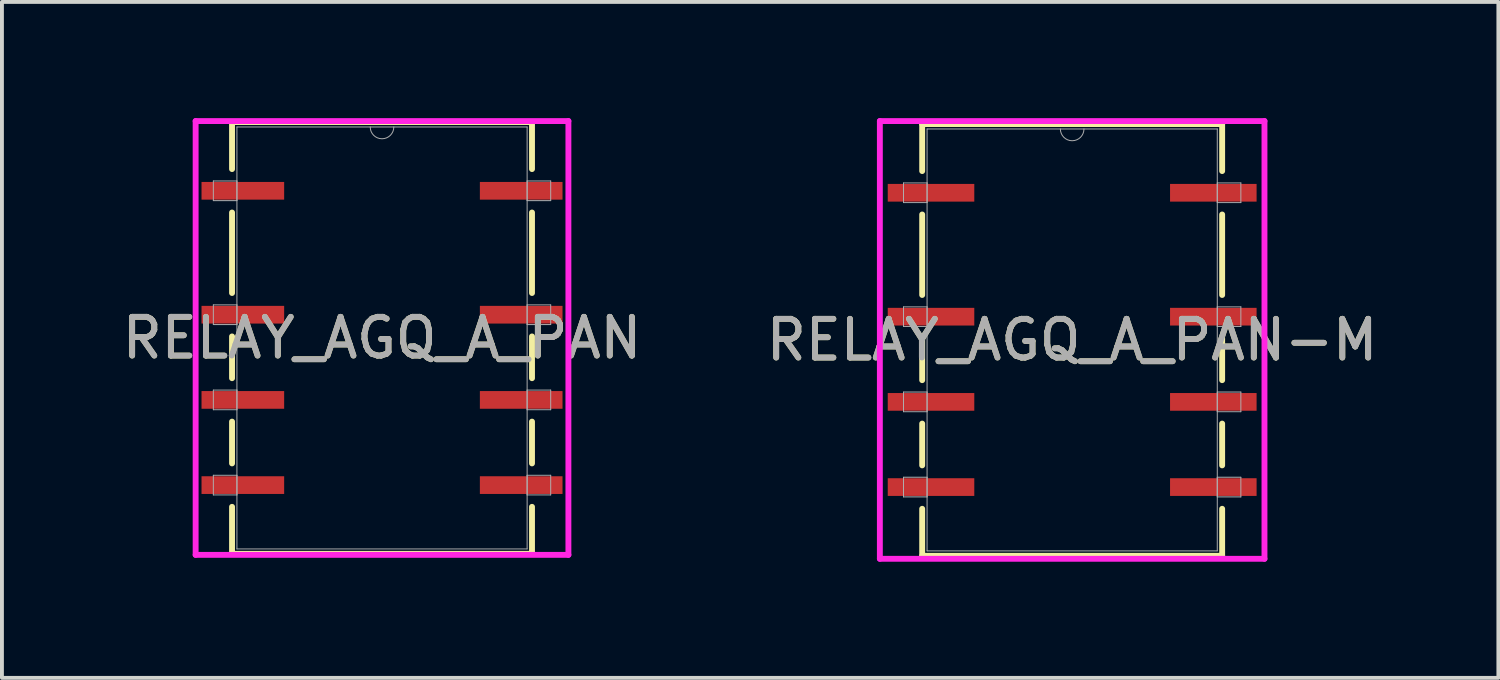
<source format=kicad_pcb>
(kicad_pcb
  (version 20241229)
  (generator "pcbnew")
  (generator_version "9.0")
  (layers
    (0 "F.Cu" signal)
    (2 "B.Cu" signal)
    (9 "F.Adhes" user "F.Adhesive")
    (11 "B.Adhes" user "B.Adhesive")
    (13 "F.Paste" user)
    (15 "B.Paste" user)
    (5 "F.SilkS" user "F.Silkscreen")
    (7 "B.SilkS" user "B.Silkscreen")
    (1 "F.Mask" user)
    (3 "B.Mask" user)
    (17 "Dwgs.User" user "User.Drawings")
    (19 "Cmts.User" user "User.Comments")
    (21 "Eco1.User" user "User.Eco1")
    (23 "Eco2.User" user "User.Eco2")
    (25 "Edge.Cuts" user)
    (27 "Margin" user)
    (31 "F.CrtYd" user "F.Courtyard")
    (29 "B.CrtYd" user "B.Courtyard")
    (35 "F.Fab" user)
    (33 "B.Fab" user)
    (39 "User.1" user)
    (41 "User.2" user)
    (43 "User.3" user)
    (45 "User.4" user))
  (footprint "RELAY_AGQ_A_PAN"
    (layer "F.Cu")
    (at 6.815 5.677)
    (property "Reference" "RELAY_AGQ_A_PAN" (at 0 0 0) (unlocked yes) (layer "F.SilkS") (effects (font (size 1 1) (thickness 0.15))))
    (attr smd)
    (fp_line (start -3.873 -5.575) (end -3.873 -4.361) (stroke (width 0.152) (type solid)) (layer "F.SilkS"))
    (fp_line (start -3.873 -3.239) (end -3.873 -1.161) (stroke (width 0.152) (type solid)) (layer "F.SilkS"))
    (fp_line (start -3.873 -0.039) (end -3.873 1.039) (stroke (width 0.152) (type solid)) (layer "F.SilkS"))
    (fp_line (start -3.873 2.161) (end -3.873 3.239) (stroke (width 0.152) (type solid)) (layer "F.SilkS"))
    (fp_line (start -3.873 4.361) (end -3.873 5.575) (stroke (width 0.152) (type solid)) (layer "F.SilkS"))
    (fp_line (start -3.873 5.575) (end 3.873 5.575) (stroke (width 0.152) (type solid)) (layer "F.SilkS"))
    (fp_line (start 3.873 -5.575) (end -3.873 -5.575) (stroke (width 0.152) (type solid)) (layer "F.SilkS"))
    (fp_line (start 3.873 -4.361) (end 3.873 -5.575) (stroke (width 0.152) (type solid)) (layer "F.SilkS"))
    (fp_line (start 3.873 -1.161) (end 3.873 -3.239) (stroke (width 0.152) (type solid)) (layer "F.SilkS"))
    (fp_line (start 3.873 1.039) (end 3.873 -0.039) (stroke (width 0.152) (type solid)) (layer "F.SilkS"))
    (fp_line (start 3.873 3.239) (end 3.873 2.161) (stroke (width 0.152) (type solid)) (layer "F.SilkS"))
    (fp_line (start 3.873 5.575) (end 3.873 4.361) (stroke (width 0.152) (type solid)) (layer "F.SilkS"))
    (fp_line (start -4.813 -5.601) (end 4.813 -5.601) (stroke (width 0.152) (type solid)) (layer "F.CrtYd"))
    (fp_line (start -4.813 5.601) (end -4.813 -5.601) (stroke (width 0.152) (type solid)) (layer "F.CrtYd"))
    (fp_line (start 4.813 -5.601) (end 4.813 5.601) (stroke (width 0.152) (type solid)) (layer "F.CrtYd"))
    (fp_line (start 4.813 5.601) (end -4.813 5.601) (stroke (width 0.152) (type solid)) (layer "F.CrtYd"))
    (fp_line (start -4.356 -4.054) (end -4.356 -3.546) (stroke (width 0.025) (type solid)) (layer "F.Fab"))
    (fp_line (start -4.356 -3.546) (end -3.747 -3.546) (stroke (width 0.025) (type solid)) (layer "F.Fab"))
    (fp_line (start -4.356 -0.854) (end -4.356 -0.346) (stroke (width 0.025) (type solid)) (layer "F.Fab"))
    (fp_line (start -4.356 -0.346) (end -3.747 -0.346) (stroke (width 0.025) (type solid)) (layer "F.Fab"))
    (fp_line (start -4.356 1.346) (end -4.356 1.854) (stroke (width 0.025) (type solid)) (layer "F.Fab"))
    (fp_line (start -4.356 1.854) (end -3.747 1.854) (stroke (width 0.025) (type solid)) (layer "F.Fab"))
    (fp_line (start -4.356 3.546) (end -4.356 4.054) (stroke (width 0.025) (type solid)) (layer "F.Fab"))
    (fp_line (start -4.356 4.054) (end -3.747 4.054) (stroke (width 0.025) (type solid)) (layer "F.Fab"))
    (fp_line (start -3.747 -5.448) (end -3.747 5.448) (stroke (width 0.025) (type solid)) (layer "F.Fab"))
    (fp_line (start -3.747 -4.054) (end -4.356 -4.054) (stroke (width 0.025) (type solid)) (layer "F.Fab"))
    (fp_line (start -3.747 -3.546) (end -3.747 -4.054) (stroke (width 0.025) (type solid)) (layer "F.Fab"))
    (fp_line (start -3.747 -0.854) (end -4.356 -0.854) (stroke (width 0.025) (type solid)) (layer "F.Fab"))
    (fp_line (start -3.747 -0.346) (end -3.747 -0.854) (stroke (width 0.025) (type solid)) (layer "F.Fab"))
    (fp_line (start -3.747 1.346) (end -4.356 1.346) (stroke (width 0.025) (type solid)) (layer "F.Fab"))
    (fp_line (start -3.747 1.854) (end -3.747 1.346) (stroke (width 0.025) (type solid)) (layer "F.Fab"))
    (fp_line (start -3.747 3.546) (end -4.356 3.546) (stroke (width 0.025) (type solid)) (layer "F.Fab"))
    (fp_line (start -3.747 4.054) (end -3.747 3.546) (stroke (width 0.025) (type solid)) (layer "F.Fab"))
    (fp_line (start -3.747 5.448) (end 3.747 5.448) (stroke (width 0.025) (type solid)) (layer "F.Fab"))
    (fp_line (start 3.747 -5.448) (end -3.747 -5.448) (stroke (width 0.025) (type solid)) (layer "F.Fab"))
    (fp_line (start 3.747 -4.054) (end 3.747 -3.546) (stroke (width 0.025) (type solid)) (layer "F.Fab"))
    (fp_line (start 3.747 -3.546) (end 4.356 -3.546) (stroke (width 0.025) (type solid)) (layer "F.Fab"))
    (fp_line (start 3.747 -0.854) (end 3.747 -0.346) (stroke (width 0.025) (type solid)) (layer "F.Fab"))
    (fp_line (start 3.747 -0.346) (end 4.356 -0.346) (stroke (width 0.025) (type solid)) (layer "F.Fab"))
    (fp_line (start 3.747 1.346) (end 3.747 1.854) (stroke (width 0.025) (type solid)) (layer "F.Fab"))
    (fp_line (start 3.747 1.854) (end 4.356 1.854) (stroke (width 0.025) (type solid)) (layer "F.Fab"))
    (fp_line (start 3.747 3.546) (end 3.747 4.054) (stroke (width 0.025) (type solid)) (layer "F.Fab"))
    (fp_line (start 3.747 4.054) (end 4.356 4.054) (stroke (width 0.025) (type solid)) (layer "F.Fab"))
    (fp_line (start 3.747 5.448) (end 3.747 -5.448) (stroke (width 0.025) (type solid)) (layer "F.Fab"))
    (fp_line (start 4.356 -4.054) (end 3.747 -4.054) (stroke (width 0.025) (type solid)) (layer "F.Fab"))
    (fp_line (start 4.356 -3.546) (end 4.356 -4.054) (stroke (width 0.025) (type solid)) (layer "F.Fab"))
    (fp_line (start 4.356 -0.854) (end 3.747 -0.854) (stroke (width 0.025) (type solid)) (layer "F.Fab"))
    (fp_line (start 4.356 -0.346) (end 4.356 -0.854) (stroke (width 0.025) (type solid)) (layer "F.Fab"))
    (fp_line (start 4.356 1.346) (end 3.747 1.346) (stroke (width 0.025) (type solid)) (layer "F.Fab"))
    (fp_line (start 4.356 1.854) (end 4.356 1.346) (stroke (width 0.025) (type solid)) (layer "F.Fab"))
    (fp_line (start 4.356 3.546) (end 3.747 3.546) (stroke (width 0.025) (type solid)) (layer "F.Fab"))
    (fp_line (start 4.356 4.054) (end 4.356 3.546) (stroke (width 0.025) (type solid)) (layer "F.Fab"))
    (fp_arc (start 0.3048 -5.4483) (mid 0 -5.1435) (end -0.3048 -5.4483) (stroke (width 0.0254) (type solid)) (layer "F.Fab"))
    (fp_text user "${REFERENCE}" (at 0 0 0) (unlocked yes) (layer "F.Fab") (effects (font (size 1 1) (thickness 0.15))))
    (pad "1" smd rect (at -3.594 -3.8) (size 2.134 0.457) (layers "F.Cu" "F.Mask" "F.Paste"))
    (pad "2" smd rect (at -3.594 -0.6) (size 2.134 0.457) (layers "F.Cu" "F.Mask" "F.Paste"))
    (pad "3" smd rect (at -3.594 1.6) (size 2.134 0.457) (layers "F.Cu" "F.Mask" "F.Paste"))
    (pad "4" smd rect (at -3.594 3.8) (size 2.134 0.457) (layers "F.Cu" "F.Mask" "F.Paste"))
    (pad "5" smd rect (at 3.594 3.8) (size 2.134 0.457) (layers "F.Cu" "F.Mask" "F.Paste"))
    (pad "6" smd rect (at 3.594 1.6) (size 2.134 0.457) (layers "F.Cu" "F.Mask" "F.Paste"))
    (pad "7" smd rect (at 3.594 -0.6) (size 2.134 0.457) (layers "F.Cu" "F.Mask" "F.Paste"))
    (pad "8" smd rect (at 3.594 -3.8) (size 2.134 0.457) (layers "F.Cu" "F.Mask" "F.Paste")))
  (footprint "RELAY_AGQ_A_PAN-M"
    (layer "F.Cu")
    (at 24.637 5.728)
    (property "Reference" "RELAY_AGQ_A_PAN-M" (at 0 0 0) (unlocked yes) (layer "F.SilkS") (effects (font (size 1 1) (thickness 0.15))))
    (attr smd)
    (fp_line (start -3.873 -5.575) (end -3.873 -4.361) (stroke (width 0.152) (type solid)) (layer "F.SilkS"))
    (fp_line (start -3.873 -3.239) (end -3.873 -1.161) (stroke (width 0.152) (type solid)) (layer "F.SilkS"))
    (fp_line (start -3.873 -0.039) (end -3.873 1.039) (stroke (width 0.152) (type solid)) (layer "F.SilkS"))
    (fp_line (start -3.873 2.161) (end -3.873 3.239) (stroke (width 0.152) (type solid)) (layer "F.SilkS"))
    (fp_line (start -3.873 4.361) (end -3.873 5.575) (stroke (width 0.152) (type solid)) (layer "F.SilkS"))
    (fp_line (start -3.873 5.575) (end 3.873 5.575) (stroke (width 0.152) (type solid)) (layer "F.SilkS"))
    (fp_line (start 3.873 -5.575) (end -3.873 -5.575) (stroke (width 0.152) (type solid)) (layer "F.SilkS"))
    (fp_line (start 3.873 -4.361) (end 3.873 -5.575) (stroke (width 0.152) (type solid)) (layer "F.SilkS"))
    (fp_line (start 3.873 -1.161) (end 3.873 -3.239) (stroke (width 0.152) (type solid)) (layer "F.SilkS"))
    (fp_line (start 3.873 1.039) (end 3.873 -0.039) (stroke (width 0.152) (type solid)) (layer "F.SilkS"))
    (fp_line (start 3.873 3.239) (end 3.873 2.161) (stroke (width 0.152) (type solid)) (layer "F.SilkS"))
    (fp_line (start 3.873 5.575) (end 3.873 4.361) (stroke (width 0.152) (type solid)) (layer "F.SilkS"))
    (fp_line (start -4.966 -5.652) (end 4.966 -5.652) (stroke (width 0.152) (type solid)) (layer "F.CrtYd"))
    (fp_line (start -4.966 5.652) (end -4.966 -5.652) (stroke (width 0.152) (type solid)) (layer "F.CrtYd"))
    (fp_line (start 4.966 -5.652) (end 4.966 5.652) (stroke (width 0.152) (type solid)) (layer "F.CrtYd"))
    (fp_line (start 4.966 5.652) (end -4.966 5.652) (stroke (width 0.152) (type solid)) (layer "F.CrtYd"))
    (fp_line (start -4.356 -4.054) (end -4.356 -3.546) (stroke (width 0.025) (type solid)) (layer "F.Fab"))
    (fp_line (start -4.356 -3.546) (end -3.747 -3.546) (stroke (width 0.025) (type solid)) (layer "F.Fab"))
    (fp_line (start -4.356 -0.854) (end -4.356 -0.346) (stroke (width 0.025) (type solid)) (layer "F.Fab"))
    (fp_line (start -4.356 -0.346) (end -3.747 -0.346) (stroke (width 0.025) (type solid)) (layer "F.Fab"))
    (fp_line (start -4.356 1.346) (end -4.356 1.854) (stroke (width 0.025) (type solid)) (layer "F.Fab"))
    (fp_line (start -4.356 1.854) (end -3.747 1.854) (stroke (width 0.025) (type solid)) (layer "F.Fab"))
    (fp_line (start -4.356 3.546) (end -4.356 4.054) (stroke (width 0.025) (type solid)) (layer "F.Fab"))
    (fp_line (start -4.356 4.054) (end -3.747 4.054) (stroke (width 0.025) (type solid)) (layer "F.Fab"))
    (fp_line (start -3.747 -5.448) (end -3.747 5.448) (stroke (width 0.025) (type solid)) (layer "F.Fab"))
    (fp_line (start -3.747 -4.054) (end -4.356 -4.054) (stroke (width 0.025) (type solid)) (layer "F.Fab"))
    (fp_line (start -3.747 -3.546) (end -3.747 -4.054) (stroke (width 0.025) (type solid)) (layer "F.Fab"))
    (fp_line (start -3.747 -0.854) (end -4.356 -0.854) (stroke (width 0.025) (type solid)) (layer "F.Fab"))
    (fp_line (start -3.747 -0.346) (end -3.747 -0.854) (stroke (width 0.025) (type solid)) (layer "F.Fab"))
    (fp_line (start -3.747 1.346) (end -4.356 1.346) (stroke (width 0.025) (type solid)) (layer "F.Fab"))
    (fp_line (start -3.747 1.854) (end -3.747 1.346) (stroke (width 0.025) (type solid)) (layer "F.Fab"))
    (fp_line (start -3.747 3.546) (end -4.356 3.546) (stroke (width 0.025) (type solid)) (layer "F.Fab"))
    (fp_line (start -3.747 4.054) (end -3.747 3.546) (stroke (width 0.025) (type solid)) (layer "F.Fab"))
    (fp_line (start -3.747 5.448) (end 3.747 5.448) (stroke (width 0.025) (type solid)) (layer "F.Fab"))
    (fp_line (start 3.747 -5.448) (end -3.747 -5.448) (stroke (width 0.025) (type solid)) (layer "F.Fab"))
    (fp_line (start 3.747 -4.054) (end 3.747 -3.546) (stroke (width 0.025) (type solid)) (layer "F.Fab"))
    (fp_line (start 3.747 -3.546) (end 4.356 -3.546) (stroke (width 0.025) (type solid)) (layer "F.Fab"))
    (fp_line (start 3.747 -0.854) (end 3.747 -0.346) (stroke (width 0.025) (type solid)) (layer "F.Fab"))
    (fp_line (start 3.747 -0.346) (end 4.356 -0.346) (stroke (width 0.025) (type solid)) (layer "F.Fab"))
    (fp_line (start 3.747 1.346) (end 3.747 1.854) (stroke (width 0.025) (type solid)) (layer "F.Fab"))
    (fp_line (start 3.747 1.854) (end 4.356 1.854) (stroke (width 0.025) (type solid)) (layer "F.Fab"))
    (fp_line (start 3.747 3.546) (end 3.747 4.054) (stroke (width 0.025) (type solid)) (layer "F.Fab"))
    (fp_line (start 3.747 4.054) (end 4.356 4.054) (stroke (width 0.025) (type solid)) (layer "F.Fab"))
    (fp_line (start 3.747 5.448) (end 3.747 -5.448) (stroke (width 0.025) (type solid)) (layer "F.Fab"))
    (fp_line (start 4.356 -4.054) (end 3.747 -4.054) (stroke (width 0.025) (type solid)) (layer "F.Fab"))
    (fp_line (start 4.356 -3.546) (end 4.356 -4.054) (stroke (width 0.025) (type solid)) (layer "F.Fab"))
    (fp_line (start 4.356 -0.854) (end 3.747 -0.854) (stroke (width 0.025) (type solid)) (layer "F.Fab"))
    (fp_line (start 4.356 -0.346) (end 4.356 -0.854) (stroke (width 0.025) (type solid)) (layer "F.Fab"))
    (fp_line (start 4.356 1.346) (end 3.747 1.346) (stroke (width 0.025) (type solid)) (layer "F.Fab"))
    (fp_line (start 4.356 1.854) (end 4.356 1.346) (stroke (width 0.025) (type solid)) (layer "F.Fab"))
    (fp_line (start 4.356 3.546) (end 3.747 3.546) (stroke (width 0.025) (type solid)) (layer "F.Fab"))
    (fp_line (start 4.356 4.054) (end 4.356 3.546) (stroke (width 0.025) (type solid)) (layer "F.Fab"))
    (fp_arc (start 0.3048 -5.4483) (mid 0 -5.1435) (end -0.3048 -5.4483) (stroke (width 0.0254) (type solid)) (layer "F.Fab"))
    (fp_text user "${REFERENCE}" (at 0 0 0) (unlocked yes) (layer "F.Fab") (effects (font (size 1 1) (thickness 0.15))))
    (pad "1" smd rect (at -3.645 -3.8) (size 2.235 0.457) (layers "F.Cu" "F.Mask" "F.Paste"))
    (pad "2" smd rect (at -3.645 -0.6) (size 2.235 0.457) (layers "F.Cu" "F.Mask" "F.Paste"))
    (pad "3" smd rect (at -3.645 1.6) (size 2.235 0.457) (layers "F.Cu" "F.Mask" "F.Paste"))
    (pad "4" smd rect (at -3.645 3.8) (size 2.235 0.457) (layers "F.Cu" "F.Mask" "F.Paste"))
    (pad "5" smd rect (at 3.645 3.8) (size 2.235 0.457) (layers "F.Cu" "F.Mask" "F.Paste"))
    (pad "6" smd rect (at 3.645 1.6) (size 2.235 0.457) (layers "F.Cu" "F.Mask" "F.Paste"))
    (pad "7" smd rect (at 3.645 -0.6) (size 2.235 0.457) (layers "F.Cu" "F.Mask" "F.Paste"))
    (pad "8" smd rect (at 3.645 -3.8) (size 2.235 0.457) (layers "F.Cu" "F.Mask" "F.Paste")))
  (gr_rect
    (start -3 -3)
    (end 35.643 14.455)
    (stroke (width 0.1) (type default))
    (fill no)
    (layer "Edge.Cuts")))
</source>
